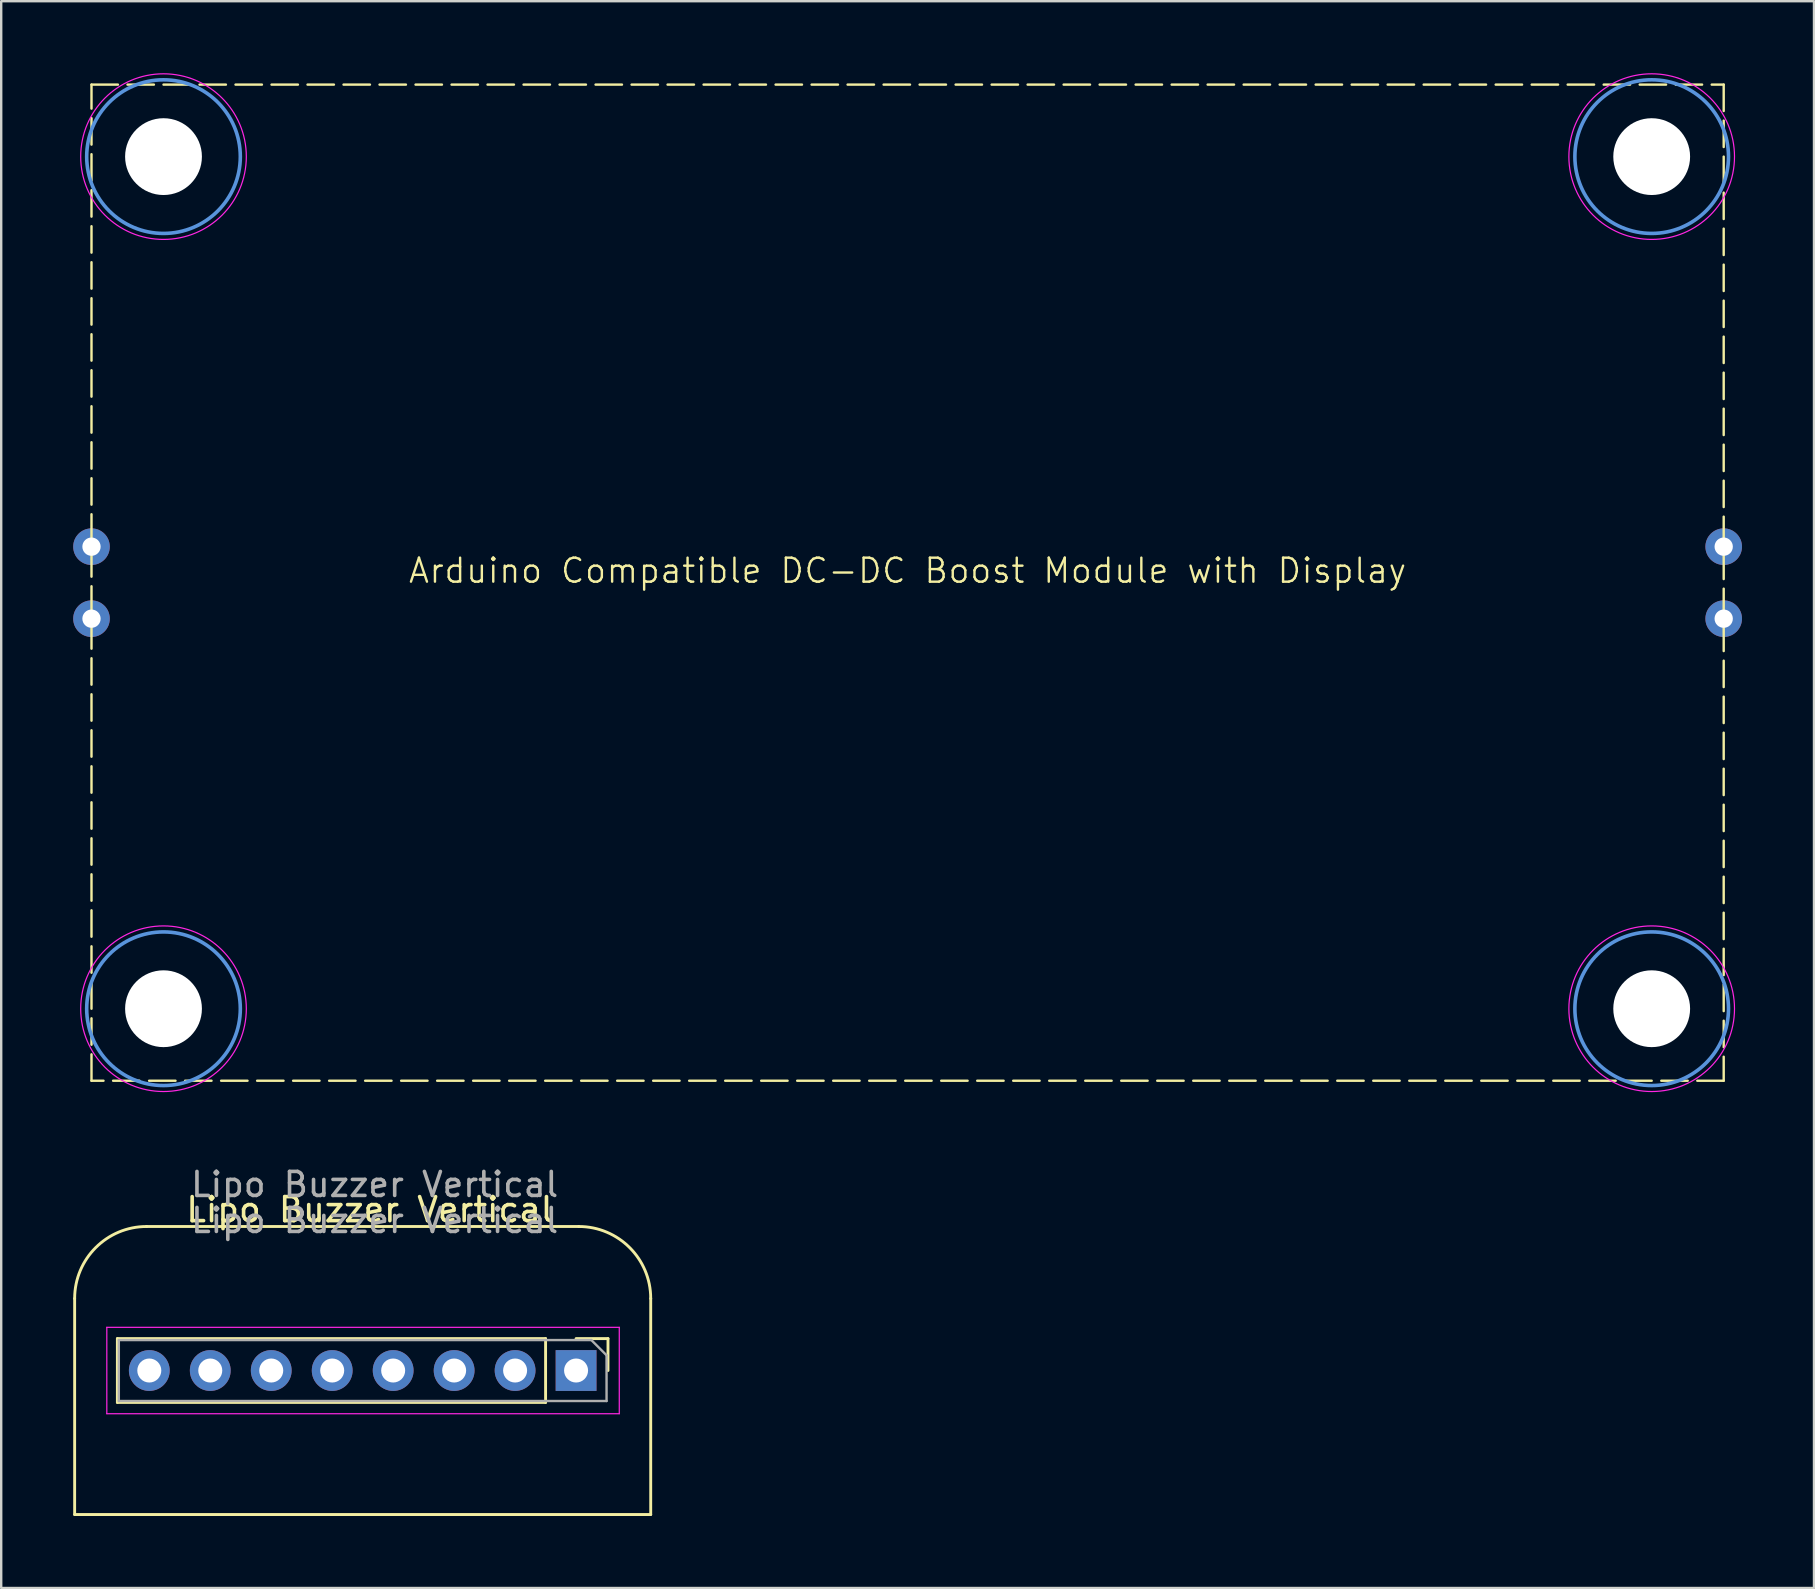
<source format=kicad_pcb>
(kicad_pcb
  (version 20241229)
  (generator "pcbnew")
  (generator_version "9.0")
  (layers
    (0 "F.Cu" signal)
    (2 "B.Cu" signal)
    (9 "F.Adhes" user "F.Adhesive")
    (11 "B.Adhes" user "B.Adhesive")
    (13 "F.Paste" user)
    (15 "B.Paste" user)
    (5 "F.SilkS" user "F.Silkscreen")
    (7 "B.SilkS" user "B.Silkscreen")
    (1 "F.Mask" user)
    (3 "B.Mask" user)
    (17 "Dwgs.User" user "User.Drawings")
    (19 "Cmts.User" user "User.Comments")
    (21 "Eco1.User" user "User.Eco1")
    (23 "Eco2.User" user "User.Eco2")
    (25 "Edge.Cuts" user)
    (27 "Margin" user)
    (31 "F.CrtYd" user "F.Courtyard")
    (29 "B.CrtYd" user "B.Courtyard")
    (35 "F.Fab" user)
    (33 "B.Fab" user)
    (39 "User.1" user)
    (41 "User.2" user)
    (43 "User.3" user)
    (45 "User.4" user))
  (footprint "Arduino Compatible DC-DC Boost Module with Display"
    (layer "F.Cu")
    (at 34.762 21.225)
    (property "Reference" "Arduino Compatible DC-DC Boost Module with Display" (at 0 -0.5 0) (unlocked yes) (layer "F.SilkS") (effects (font (size 1 1) (thickness 0.1))))
    (attr through_hole)
    (fp_rect (start -34 -20.75) (end 34 20.75) (stroke (width 0.1) (type dash)) (fill no) (layer "F.SilkS"))
    (fp_circle (center -31 -17.75) (end -27.8 -17.75) (stroke (width 0.15) (type solid)) (fill no) (layer "Cmts.User"))
    (fp_circle (center -31 17.75) (end -27.8 17.75) (stroke (width 0.15) (type solid)) (fill no) (layer "Cmts.User"))
    (fp_circle (center 31 -17.75) (end 34.2 -17.75) (stroke (width 0.15) (type solid)) (fill no) (layer "Cmts.User"))
    (fp_circle (center 31 17.75) (end 34.2 17.75) (stroke (width 0.15) (type solid)) (fill no) (layer "Cmts.User"))
    (fp_circle (center -31 -17.75) (end -27.55 -17.75) (stroke (width 0.05) (type solid)) (fill no) (layer "F.CrtYd"))
    (fp_circle (center -31 17.75) (end -27.55 17.75) (stroke (width 0.05) (type solid)) (fill no) (layer "F.CrtYd"))
    (fp_circle (center 31 -17.75) (end 34.45 -17.75) (stroke (width 0.05) (type solid)) (fill no) (layer "F.CrtYd"))
    (fp_circle (center 31 17.75) (end 34.45 17.75) (stroke (width 0.05) (type solid)) (fill no) (layer "F.CrtYd"))
    (pad "" np_thru_hole circle (at -31 -17.75) (size 3.2 3.2) (drill 3.2) (layers "*.Cu" "*.Mask"))
    (pad "" np_thru_hole circle (at -31 17.75) (size 3.2 3.2) (drill 3.2) (layers "*.Cu" "*.Mask"))
    (pad "" np_thru_hole circle (at 31 -17.75) (size 3.2 3.2) (drill 3.2) (layers "*.Cu" "*.Mask"))
    (pad "" np_thru_hole circle (at 31 17.75) (size 3.2 3.2) (drill 3.2) (layers "*.Cu" "*.Mask"))
    (pad "1" thru_hole circle (at -34 1.5) (size 1.524 1.524) (drill 0.762) (layers "*.Cu" "*.Mask"))
    (pad "2" thru_hole circle (at -34 -1.5) (size 1.524 1.524) (drill 0.762) (layers "*.Cu" "*.Mask"))
    (pad "3" thru_hole circle (at 34 1.5) (size 1.524 1.524) (drill 0.762) (layers "*.Cu" "*.Mask"))
    (pad "4" thru_hole circle (at 34 -1.5) (size 1.524 1.524) (drill 0.762) (layers "*.Cu" "*.Mask")))
  (footprint "Lipo Buzzer Vertical"
    (layer "F.Cu")
    (at 12.06 54.048)
    (property "Reference" "Lipo Buzzer Vertical" (at 0.3 -6.7 0) (unlocked yes) (layer "F.SilkS") (effects (font (size 1 1) (thickness 0.15))))
    (attr through_hole)
    (fp_line (start -12 6) (end -12 -3) (stroke (width 0.12) (type solid)) (layer "F.SilkS"))
    (fp_line (start -12 6) (end 12 6) (stroke (width 0.12) (type solid)) (layer "F.SilkS"))
    (fp_line (start -10.22 -1.33) (end -10.22 1.33) (stroke (width 0.12) (type solid)) (layer "F.SilkS"))
    (fp_line (start -9 -6) (end 9 -6) (stroke (width 0.12) (type solid)) (layer "F.SilkS"))
    (fp_line (start 7.62 -1.33) (end -10.22 -1.33) (stroke (width 0.12) (type solid)) (layer "F.SilkS"))
    (fp_line (start 7.62 -1.33) (end 7.62 1.33) (stroke (width 0.12) (type solid)) (layer "F.SilkS"))
    (fp_line (start 7.62 1.33) (end -10.22 1.33) (stroke (width 0.12) (type solid)) (layer "F.SilkS"))
    (fp_line (start 8.89 -1.33) (end 10.22 -1.33) (stroke (width 0.12) (type solid)) (layer "F.SilkS"))
    (fp_line (start 10.22 -1.33) (end 10.22 0) (stroke (width 0.12) (type solid)) (layer "F.SilkS"))
    (fp_line (start 12 6) (end 12 -3) (stroke (width 0.12) (type solid)) (layer "F.SilkS"))
    (fp_arc (start -12 -3) (mid -11.12132 -5.12132) (end -9 -6) (stroke (width 0.12) (type solid)) (layer "F.SilkS"))
    (fp_arc (start 9 -6) (mid 11.12132 -5.12132) (end 12 -3) (stroke (width 0.12) (type solid)) (layer "F.SilkS"))
    (fp_line (start -10.66 -1.8) (end -10.66 1.8) (stroke (width 0.05) (type solid)) (layer "F.CrtYd"))
    (fp_line (start -10.66 1.8) (end 10.69 1.8) (stroke (width 0.05) (type solid)) (layer "F.CrtYd"))
    (fp_line (start 10.69 -1.8) (end -10.66 -1.8) (stroke (width 0.05) (type solid)) (layer "F.CrtYd"))
    (fp_line (start 10.69 1.8) (end 10.69 -1.8) (stroke (width 0.05) (type solid)) (layer "F.CrtYd"))
    (fp_line (start -10.16 -1.27) (end 9.525 -1.27) (stroke (width 0.1) (type solid)) (layer "F.Fab"))
    (fp_line (start -10.16 1.27) (end -10.16 -1.27) (stroke (width 0.1) (type solid)) (layer "F.Fab"))
    (fp_line (start 9.525 -1.27) (end 10.16 -0.635) (stroke (width 0.1) (type solid)) (layer "F.Fab"))
    (fp_line (start 10.16 -0.635) (end 10.16 1.27) (stroke (width 0.1) (type solid)) (layer "F.Fab"))
    (fp_line (start 10.16 1.27) (end -10.16 1.27) (stroke (width 0.1) (type solid)) (layer "F.Fab"))
    (fp_text user "${REFERENCE}" (at 0.5 -6.25 0) (layer "F.Fab") (effects (font (size 1 1) (thickness 0.15))))
    (fp_text user "${REFERENCE}" (at 0.5 -7.75 0) (unlocked yes) (layer "F.Fab") (effects (font (size 1 1) (thickness 0.15))))
    (pad "1" thru_hole rect (at 8.89 0 270) (size 1.7 1.7) (drill 1) (layers "*.Cu" "*.Mask"))
    (pad "2" thru_hole oval (at 6.35 0 270) (size 1.7 1.7) (drill 1) (layers "*.Cu" "*.Mask"))
    (pad "3" thru_hole oval (at 3.81 0 270) (size 1.7 1.7) (drill 1) (layers "*.Cu" "*.Mask"))
    (pad "4" thru_hole oval (at 1.27 0 270) (size 1.7 1.7) (drill 1) (layers "*.Cu" "*.Mask"))
    (pad "5" thru_hole oval (at -1.27 0 270) (size 1.7 1.7) (drill 1) (layers "*.Cu" "*.Mask"))
    (pad "6" thru_hole oval (at -3.81 0 270) (size 1.7 1.7) (drill 1) (layers "*.Cu" "*.Mask"))
    (pad "7" thru_hole oval (at -6.35 0 270) (size 1.7 1.7) (drill 1) (layers "*.Cu" "*.Mask"))
    (pad "8" thru_hole oval (at -8.89 0 270) (size 1.7 1.7) (drill 1) (layers "*.Cu" "*.Mask")))
  (gr_rect
    (start -3 -3)
    (end 72.524 63.108)
    (stroke (width 0.1) (type default))
    (fill no)
    (layer "Edge.Cuts")))
</source>
